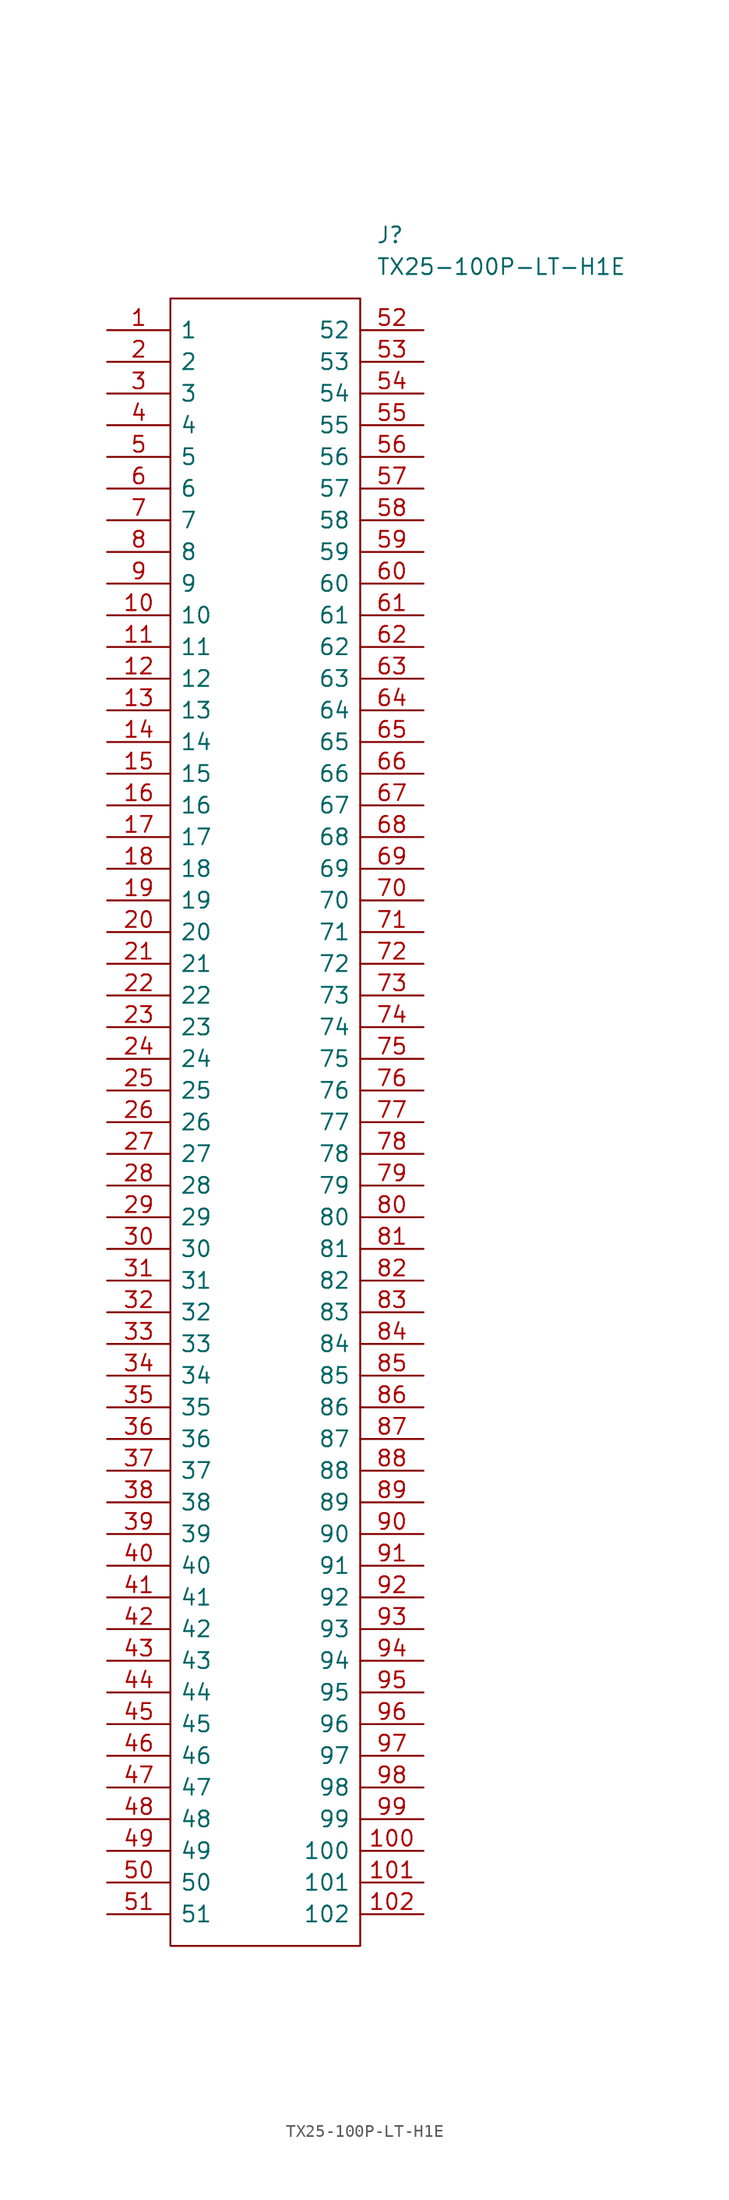
<source format=kicad_sym>
(kicad_symbol_lib
  (version 20220914)
  (generator kicad_symbol_editor)
  (symbol "TX25-100P-LT-H1E"
    (pin_names
      (offset 0.762))
    (property "Reference" "J"
      (at 21.59 7.62 0)
      (effects (font (size 1.27 1.27)) (justify left)))
    (property "Value" "TX25-100P-LT-H1E"
      (at 21.59 5.08 0)
      (effects (font (size 1.27 1.27)) (justify left)))
    (symbol "TX25-100P-LT-H1E_0_0"
      (pin unspecified line (at 0 0 0) (length 5.08) (name "1" (effects (font (size 1.27 1.27)))) (number "1" (effects (font (size 1.27 1.27)))))
      (pin unspecified line (at 0 -22.86 0) (length 5.08) (name "10" (effects (font (size 1.27 1.27)))) (number "10" (effects (font (size 1.27 1.27)))))
      (pin unspecified line (at 25.4 -121.92 180) (length 5.08) (name "100" (effects (font (size 1.27 1.27)))) (number "100" (effects (font (size 1.27 1.27)))))
      (pin unspecified line (at 25.4 -124.46 180) (length 5.08) (name "101" (effects (font (size 1.27 1.27)))) (number "101" (effects (font (size 1.27 1.27)))))
      (pin unspecified line (at 25.4 -127 180) (length 5.08) (name "102" (effects (font (size 1.27 1.27)))) (number "102" (effects (font (size 1.27 1.27)))))
      (pin unspecified line (at 0 -25.4 0) (length 5.08) (name "11" (effects (font (size 1.27 1.27)))) (number "11" (effects (font (size 1.27 1.27)))))
      (pin unspecified line (at 0 -27.94 0) (length 5.08) (name "12" (effects (font (size 1.27 1.27)))) (number "12" (effects (font (size 1.27 1.27)))))
      (pin unspecified line (at 0 -30.48 0) (length 5.08) (name "13" (effects (font (size 1.27 1.27)))) (number "13" (effects (font (size 1.27 1.27)))))
      (pin unspecified line (at 0 -33.02 0) (length 5.08) (name "14" (effects (font (size 1.27 1.27)))) (number "14" (effects (font (size 1.27 1.27)))))
      (pin unspecified line (at 0 -35.56 0) (length 5.08) (name "15" (effects (font (size 1.27 1.27)))) (number "15" (effects (font (size 1.27 1.27)))))
      (pin unspecified line (at 0 -38.1 0) (length 5.08) (name "16" (effects (font (size 1.27 1.27)))) (number "16" (effects (font (size 1.27 1.27)))))
      (pin unspecified line (at 0 -40.64 0) (length 5.08) (name "17" (effects (font (size 1.27 1.27)))) (number "17" (effects (font (size 1.27 1.27)))))
      (pin unspecified line (at 0 -43.18 0) (length 5.08) (name "18" (effects (font (size 1.27 1.27)))) (number "18" (effects (font (size 1.27 1.27)))))
      (pin unspecified line (at 0 -45.72 0) (length 5.08) (name "19" (effects (font (size 1.27 1.27)))) (number "19" (effects (font (size 1.27 1.27)))))
      (pin unspecified line (at 0 -2.54 0) (length 5.08) (name "2" (effects (font (size 1.27 1.27)))) (number "2" (effects (font (size 1.27 1.27)))))
      (pin unspecified line (at 0 -48.26 0) (length 5.08) (name "20" (effects (font (size 1.27 1.27)))) (number "20" (effects (font (size 1.27 1.27)))))
      (pin unspecified line (at 0 -50.8 0) (length 5.08) (name "21" (effects (font (size 1.27 1.27)))) (number "21" (effects (font (size 1.27 1.27)))))
      (pin unspecified line (at 0 -53.34 0) (length 5.08) (name "22" (effects (font (size 1.27 1.27)))) (number "22" (effects (font (size 1.27 1.27)))))
      (pin unspecified line (at 0 -55.88 0) (length 5.08) (name "23" (effects (font (size 1.27 1.27)))) (number "23" (effects (font (size 1.27 1.27)))))
      (pin unspecified line (at 0 -58.42 0) (length 5.08) (name "24" (effects (font (size 1.27 1.27)))) (number "24" (effects (font (size 1.27 1.27)))))
      (pin unspecified line (at 0 -60.96 0) (length 5.08) (name "25" (effects (font (size 1.27 1.27)))) (number "25" (effects (font (size 1.27 1.27)))))
      (pin unspecified line (at 0 -63.5 0) (length 5.08) (name "26" (effects (font (size 1.27 1.27)))) (number "26" (effects (font (size 1.27 1.27)))))
      (pin unspecified line (at 0 -66.04 0) (length 5.08) (name "27" (effects (font (size 1.27 1.27)))) (number "27" (effects (font (size 1.27 1.27)))))
      (pin unspecified line (at 0 -68.58 0) (length 5.08) (name "28" (effects (font (size 1.27 1.27)))) (number "28" (effects (font (size 1.27 1.27)))))
      (pin unspecified line (at 0 -71.12 0) (length 5.08) (name "29" (effects (font (size 1.27 1.27)))) (number "29" (effects (font (size 1.27 1.27)))))
      (pin unspecified line (at 0 -5.08 0) (length 5.08) (name "3" (effects (font (size 1.27 1.27)))) (number "3" (effects (font (size 1.27 1.27)))))
      (pin unspecified line (at 0 -73.66 0) (length 5.08) (name "30" (effects (font (size 1.27 1.27)))) (number "30" (effects (font (size 1.27 1.27)))))
      (pin unspecified line (at 0 -76.2 0) (length 5.08) (name "31" (effects (font (size 1.27 1.27)))) (number "31" (effects (font (size 1.27 1.27)))))
      (pin unspecified line (at 0 -78.74 0) (length 5.08) (name "32" (effects (font (size 1.27 1.27)))) (number "32" (effects (font (size 1.27 1.27)))))
      (pin unspecified line (at 0 -81.28 0) (length 5.08) (name "33" (effects (font (size 1.27 1.27)))) (number "33" (effects (font (size 1.27 1.27)))))
      (pin unspecified line (at 0 -83.82 0) (length 5.08) (name "34" (effects (font (size 1.27 1.27)))) (number "34" (effects (font (size 1.27 1.27)))))
      (pin unspecified line (at 0 -86.36 0) (length 5.08) (name "35" (effects (font (size 1.27 1.27)))) (number "35" (effects (font (size 1.27 1.27)))))
      (pin unspecified line (at 0 -88.9 0) (length 5.08) (name "36" (effects (font (size 1.27 1.27)))) (number "36" (effects (font (size 1.27 1.27)))))
      (pin unspecified line (at 0 -91.44 0) (length 5.08) (name "37" (effects (font (size 1.27 1.27)))) (number "37" (effects (font (size 1.27 1.27)))))
      (pin unspecified line (at 0 -93.98 0) (length 5.08) (name "38" (effects (font (size 1.27 1.27)))) (number "38" (effects (font (size 1.27 1.27)))))
      (pin unspecified line (at 0 -96.52 0) (length 5.08) (name "39" (effects (font (size 1.27 1.27)))) (number "39" (effects (font (size 1.27 1.27)))))
      (pin unspecified line (at 0 -7.62 0) (length 5.08) (name "4" (effects (font (size 1.27 1.27)))) (number "4" (effects (font (size 1.27 1.27)))))
      (pin unspecified line (at 0 -99.06 0) (length 5.08) (name "40" (effects (font (size 1.27 1.27)))) (number "40" (effects (font (size 1.27 1.27)))))
      (pin unspecified line (at 0 -101.6 0) (length 5.08) (name "41" (effects (font (size 1.27 1.27)))) (number "41" (effects (font (size 1.27 1.27)))))
      (pin unspecified line (at 0 -104.14 0) (length 5.08) (name "42" (effects (font (size 1.27 1.27)))) (number "42" (effects (font (size 1.27 1.27)))))
      (pin unspecified line (at 0 -106.68 0) (length 5.08) (name "43" (effects (font (size 1.27 1.27)))) (number "43" (effects (font (size 1.27 1.27)))))
      (pin unspecified line (at 0 -109.22 0) (length 5.08) (name "44" (effects (font (size 1.27 1.27)))) (number "44" (effects (font (size 1.27 1.27)))))
      (pin unspecified line (at 0 -111.76 0) (length 5.08) (name "45" (effects (font (size 1.27 1.27)))) (number "45" (effects (font (size 1.27 1.27)))))
      (pin unspecified line (at 0 -114.3 0) (length 5.08) (name "46" (effects (font (size 1.27 1.27)))) (number "46" (effects (font (size 1.27 1.27)))))
      (pin unspecified line (at 0 -116.84 0) (length 5.08) (name "47" (effects (font (size 1.27 1.27)))) (number "47" (effects (font (size 1.27 1.27)))))
      (pin unspecified line (at 0 -119.38 0) (length 5.08) (name "48" (effects (font (size 1.27 1.27)))) (number "48" (effects (font (size 1.27 1.27)))))
      (pin unspecified line (at 0 -121.92 0) (length 5.08) (name "49" (effects (font (size 1.27 1.27)))) (number "49" (effects (font (size 1.27 1.27)))))
      (pin unspecified line (at 0 -10.16 0) (length 5.08) (name "5" (effects (font (size 1.27 1.27)))) (number "5" (effects (font (size 1.27 1.27)))))
      (pin unspecified line (at 0 -124.46 0) (length 5.08) (name "50" (effects (font (size 1.27 1.27)))) (number "50" (effects (font (size 1.27 1.27)))))
      (pin unspecified line (at 0 -127 0) (length 5.08) (name "51" (effects (font (size 1.27 1.27)))) (number "51" (effects (font (size 1.27 1.27)))))
      (pin unspecified line (at 25.4 0 180) (length 5.08) (name "52" (effects (font (size 1.27 1.27)))) (number "52" (effects (font (size 1.27 1.27)))))
      (pin unspecified line (at 25.4 -2.54 180) (length 5.08) (name "53" (effects (font (size 1.27 1.27)))) (number "53" (effects (font (size 1.27 1.27)))))
      (pin unspecified line (at 25.4 -5.08 180) (length 5.08) (name "54" (effects (font (size 1.27 1.27)))) (number "54" (effects (font (size 1.27 1.27)))))
      (pin unspecified line (at 25.4 -7.62 180) (length 5.08) (name "55" (effects (font (size 1.27 1.27)))) (number "55" (effects (font (size 1.27 1.27)))))
      (pin unspecified line (at 25.4 -10.16 180) (length 5.08) (name "56" (effects (font (size 1.27 1.27)))) (number "56" (effects (font (size 1.27 1.27)))))
      (pin unspecified line (at 25.4 -12.7 180) (length 5.08) (name "57" (effects (font (size 1.27 1.27)))) (number "57" (effects (font (size 1.27 1.27)))))
      (pin unspecified line (at 25.4 -15.24 180) (length 5.08) (name "58" (effects (font (size 1.27 1.27)))) (number "58" (effects (font (size 1.27 1.27)))))
      (pin unspecified line (at 25.4 -17.78 180) (length 5.08) (name "59" (effects (font (size 1.27 1.27)))) (number "59" (effects (font (size 1.27 1.27)))))
      (pin unspecified line (at 0 -12.7 0) (length 5.08) (name "6" (effects (font (size 1.27 1.27)))) (number "6" (effects (font (size 1.27 1.27)))))
      (pin unspecified line (at 25.4 -20.32 180) (length 5.08) (name "60" (effects (font (size 1.27 1.27)))) (number "60" (effects (font (size 1.27 1.27)))))
      (pin unspecified line (at 25.4 -22.86 180) (length 5.08) (name "61" (effects (font (size 1.27 1.27)))) (number "61" (effects (font (size 1.27 1.27)))))
      (pin unspecified line (at 25.4 -25.4 180) (length 5.08) (name "62" (effects (font (size 1.27 1.27)))) (number "62" (effects (font (size 1.27 1.27)))))
      (pin unspecified line (at 25.4 -27.94 180) (length 5.08) (name "63" (effects (font (size 1.27 1.27)))) (number "63" (effects (font (size 1.27 1.27)))))
      (pin unspecified line (at 25.4 -30.48 180) (length 5.08) (name "64" (effects (font (size 1.27 1.27)))) (number "64" (effects (font (size 1.27 1.27)))))
      (pin unspecified line (at 25.4 -33.02 180) (length 5.08) (name "65" (effects (font (size 1.27 1.27)))) (number "65" (effects (font (size 1.27 1.27)))))
      (pin unspecified line (at 25.4 -35.56 180) (length 5.08) (name "66" (effects (font (size 1.27 1.27)))) (number "66" (effects (font (size 1.27 1.27)))))
      (pin unspecified line (at 25.4 -38.1 180) (length 5.08) (name "67" (effects (font (size 1.27 1.27)))) (number "67" (effects (font (size 1.27 1.27)))))
      (pin unspecified line (at 25.4 -40.64 180) (length 5.08) (name "68" (effects (font (size 1.27 1.27)))) (number "68" (effects (font (size 1.27 1.27)))))
      (pin unspecified line (at 25.4 -43.18 180) (length 5.08) (name "69" (effects (font (size 1.27 1.27)))) (number "69" (effects (font (size 1.27 1.27)))))
      (pin unspecified line (at 0 -15.24 0) (length 5.08) (name "7" (effects (font (size 1.27 1.27)))) (number "7" (effects (font (size 1.27 1.27)))))
      (pin unspecified line (at 25.4 -45.72 180) (length 5.08) (name "70" (effects (font (size 1.27 1.27)))) (number "70" (effects (font (size 1.27 1.27)))))
      (pin unspecified line (at 25.4 -48.26 180) (length 5.08) (name "71" (effects (font (size 1.27 1.27)))) (number "71" (effects (font (size 1.27 1.27)))))
      (pin unspecified line (at 25.4 -50.8 180) (length 5.08) (name "72" (effects (font (size 1.27 1.27)))) (number "72" (effects (font (size 1.27 1.27)))))
      (pin unspecified line (at 25.4 -53.34 180) (length 5.08) (name "73" (effects (font (size 1.27 1.27)))) (number "73" (effects (font (size 1.27 1.27)))))
      (pin unspecified line (at 25.4 -55.88 180) (length 5.08) (name "74" (effects (font (size 1.27 1.27)))) (number "74" (effects (font (size 1.27 1.27)))))
      (pin unspecified line (at 25.4 -58.42 180) (length 5.08) (name "75" (effects (font (size 1.27 1.27)))) (number "75" (effects (font (size 1.27 1.27)))))
      (pin unspecified line (at 25.4 -60.96 180) (length 5.08) (name "76" (effects (font (size 1.27 1.27)))) (number "76" (effects (font (size 1.27 1.27)))))
      (pin unspecified line (at 25.4 -63.5 180) (length 5.08) (name "77" (effects (font (size 1.27 1.27)))) (number "77" (effects (font (size 1.27 1.27)))))
      (pin unspecified line (at 25.4 -66.04 180) (length 5.08) (name "78" (effects (font (size 1.27 1.27)))) (number "78" (effects (font (size 1.27 1.27)))))
      (pin unspecified line (at 25.4 -68.58 180) (length 5.08) (name "79" (effects (font (size 1.27 1.27)))) (number "79" (effects (font (size 1.27 1.27)))))
      (pin unspecified line (at 0 -17.78 0) (length 5.08) (name "8" (effects (font (size 1.27 1.27)))) (number "8" (effects (font (size 1.27 1.27)))))
      (pin unspecified line (at 25.4 -71.12 180) (length 5.08) (name "80" (effects (font (size 1.27 1.27)))) (number "80" (effects (font (size 1.27 1.27)))))
      (pin unspecified line (at 25.4 -73.66 180) (length 5.08) (name "81" (effects (font (size 1.27 1.27)))) (number "81" (effects (font (size 1.27 1.27)))))
      (pin unspecified line (at 25.4 -76.2 180) (length 5.08) (name "82" (effects (font (size 1.27 1.27)))) (number "82" (effects (font (size 1.27 1.27)))))
      (pin unspecified line (at 25.4 -78.74 180) (length 5.08) (name "83" (effects (font (size 1.27 1.27)))) (number "83" (effects (font (size 1.27 1.27)))))
      (pin unspecified line (at 25.4 -81.28 180) (length 5.08) (name "84" (effects (font (size 1.27 1.27)))) (number "84" (effects (font (size 1.27 1.27)))))
      (pin unspecified line (at 25.4 -83.82 180) (length 5.08) (name "85" (effects (font (size 1.27 1.27)))) (number "85" (effects (font (size 1.27 1.27)))))
      (pin unspecified line (at 25.4 -86.36 180) (length 5.08) (name "86" (effects (font (size 1.27 1.27)))) (number "86" (effects (font (size 1.27 1.27)))))
      (pin unspecified line (at 25.4 -88.9 180) (length 5.08) (name "87" (effects (font (size 1.27 1.27)))) (number "87" (effects (font (size 1.27 1.27)))))
      (pin unspecified line (at 25.4 -91.44 180) (length 5.08) (name "88" (effects (font (size 1.27 1.27)))) (number "88" (effects (font (size 1.27 1.27)))))
      (pin unspecified line (at 25.4 -93.98 180) (length 5.08) (name "89" (effects (font (size 1.27 1.27)))) (number "89" (effects (font (size 1.27 1.27)))))
      (pin unspecified line (at 0 -20.32 0) (length 5.08) (name "9" (effects (font (size 1.27 1.27)))) (number "9" (effects (font (size 1.27 1.27)))))
      (pin unspecified line (at 25.4 -96.52 180) (length 5.08) (name "90" (effects (font (size 1.27 1.27)))) (number "90" (effects (font (size 1.27 1.27)))))
      (pin unspecified line (at 25.4 -99.06 180) (length 5.08) (name "91" (effects (font (size 1.27 1.27)))) (number "91" (effects (font (size 1.27 1.27)))))
      (pin unspecified line (at 25.4 -101.6 180) (length 5.08) (name "92" (effects (font (size 1.27 1.27)))) (number "92" (effects (font (size 1.27 1.27)))))
      (pin unspecified line (at 25.4 -104.14 180) (length 5.08) (name "93" (effects (font (size 1.27 1.27)))) (number "93" (effects (font (size 1.27 1.27)))))
      (pin unspecified line (at 25.4 -106.68 180) (length 5.08) (name "94" (effects (font (size 1.27 1.27)))) (number "94" (effects (font (size 1.27 1.27)))))
      (pin unspecified line (at 25.4 -109.22 180) (length 5.08) (name "95" (effects (font (size 1.27 1.27)))) (number "95" (effects (font (size 1.27 1.27)))))
      (pin unspecified line (at 25.4 -111.76 180) (length 5.08) (name "96" (effects (font (size 1.27 1.27)))) (number "96" (effects (font (size 1.27 1.27)))))
      (pin unspecified line (at 25.4 -114.3 180) (length 5.08) (name "97" (effects (font (size 1.27 1.27)))) (number "97" (effects (font (size 1.27 1.27)))))
      (pin unspecified line (at 25.4 -116.84 180) (length 5.08) (name "98" (effects (font (size 1.27 1.27)))) (number "98" (effects (font (size 1.27 1.27)))))
      (pin unspecified line (at 25.4 -119.38 180) (length 5.08) (name "99" (effects (font (size 1.27 1.27)))) (number "99" (effects (font (size 1.27 1.27))))))
    (symbol "TX25-100P-LT-H1E_0_1"
      (polyline (pts (xy 5.08 2.54) (xy 20.32 2.54) (xy 20.32 -129.54) (xy 5.08 -129.54) (xy 5.08 2.54)) (stroke (width 0.152) (type default)) (fill (type none))))))
</source>
